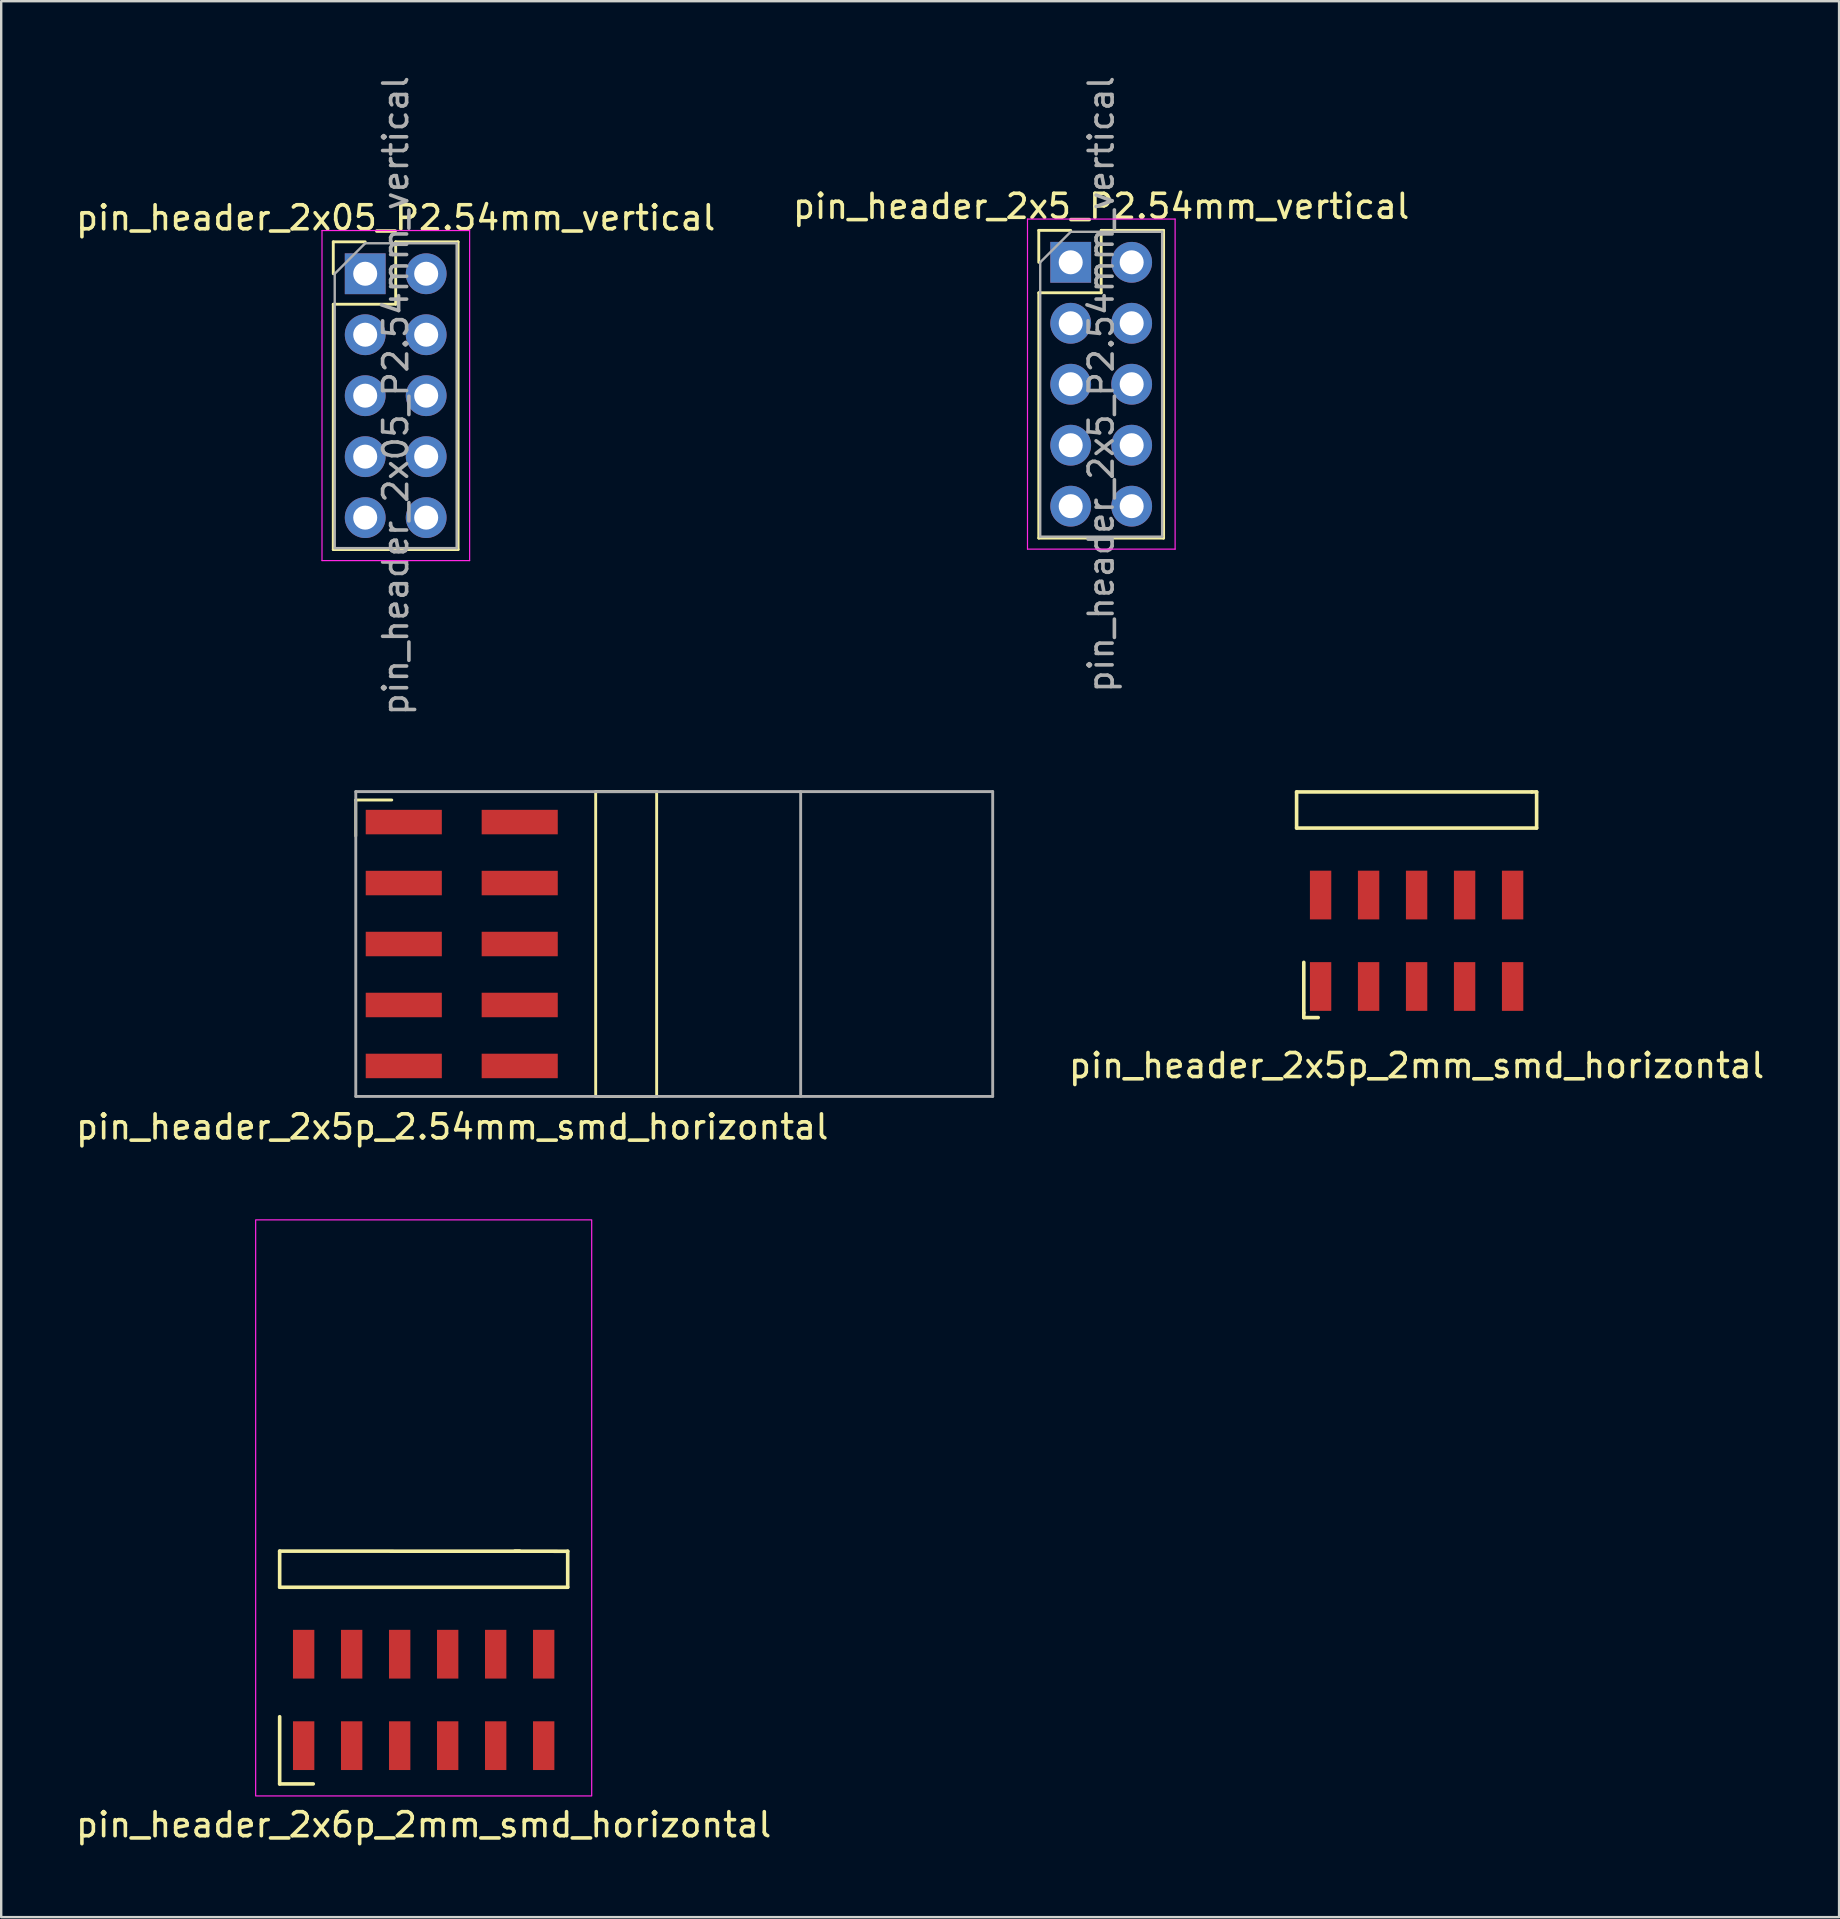
<source format=kicad_pcb>
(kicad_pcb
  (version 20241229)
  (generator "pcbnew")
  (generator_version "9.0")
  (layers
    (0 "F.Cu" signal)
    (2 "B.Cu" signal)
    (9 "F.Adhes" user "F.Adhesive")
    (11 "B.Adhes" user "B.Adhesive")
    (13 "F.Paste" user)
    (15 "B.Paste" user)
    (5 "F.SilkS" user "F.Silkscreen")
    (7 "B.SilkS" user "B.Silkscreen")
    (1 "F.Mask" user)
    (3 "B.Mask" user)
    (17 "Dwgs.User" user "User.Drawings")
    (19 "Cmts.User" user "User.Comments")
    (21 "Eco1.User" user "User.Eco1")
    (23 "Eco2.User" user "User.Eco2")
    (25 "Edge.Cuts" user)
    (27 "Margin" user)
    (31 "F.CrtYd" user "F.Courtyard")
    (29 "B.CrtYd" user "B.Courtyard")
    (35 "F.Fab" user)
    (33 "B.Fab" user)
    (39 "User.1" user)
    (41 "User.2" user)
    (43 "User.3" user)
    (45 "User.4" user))
  (footprint "pin_header_2x05_P2.54mm_vertical"
    (layer "F.Cu")
    (at 12.165 8.355)
    (property "Reference" "pin_header_2x05_P2.54mm_vertical" (at 1.27 -2.33 0) (layer "F.SilkS") (effects (font (size 1 1) (thickness 0.15))))
    (attr through_hole)
    (fp_line (start -1.33 -1.33) (end 0 -1.33) (stroke (width 0.12) (type solid)) (layer "F.SilkS"))
    (fp_line (start -1.33 0) (end -1.33 -1.33) (stroke (width 0.12) (type solid)) (layer "F.SilkS"))
    (fp_line (start -1.33 1.27) (end -1.33 11.49) (stroke (width 0.12) (type solid)) (layer "F.SilkS"))
    (fp_line (start -1.33 1.27) (end 1.27 1.27) (stroke (width 0.12) (type solid)) (layer "F.SilkS"))
    (fp_line (start -1.33 11.49) (end 3.87 11.49) (stroke (width 0.12) (type solid)) (layer "F.SilkS"))
    (fp_line (start 1.27 -1.33) (end 3.87 -1.33) (stroke (width 0.12) (type solid)) (layer "F.SilkS"))
    (fp_line (start 1.27 1.27) (end 1.27 -1.33) (stroke (width 0.12) (type solid)) (layer "F.SilkS"))
    (fp_line (start 3.87 -1.33) (end 3.87 11.49) (stroke (width 0.12) (type solid)) (layer "F.SilkS"))
    (fp_line (start -1.8 -1.8) (end -1.8 11.95) (stroke (width 0.05) (type solid)) (layer "F.CrtYd"))
    (fp_line (start -1.8 11.95) (end 4.35 11.95) (stroke (width 0.05) (type solid)) (layer "F.CrtYd"))
    (fp_line (start 4.35 -1.8) (end -1.8 -1.8) (stroke (width 0.05) (type solid)) (layer "F.CrtYd"))
    (fp_line (start 4.35 11.95) (end 4.35 -1.8) (stroke (width 0.05) (type solid)) (layer "F.CrtYd"))
    (fp_line (start -1.27 0) (end 0 -1.27) (stroke (width 0.1) (type solid)) (layer "F.Fab"))
    (fp_line (start -1.27 11.43) (end -1.27 0) (stroke (width 0.1) (type solid)) (layer "F.Fab"))
    (fp_line (start 0 -1.27) (end 3.81 -1.27) (stroke (width 0.1) (type solid)) (layer "F.Fab"))
    (fp_line (start 3.81 -1.27) (end 3.81 11.43) (stroke (width 0.1) (type solid)) (layer "F.Fab"))
    (fp_line (start 3.81 11.43) (end -1.27 11.43) (stroke (width 0.1) (type solid)) (layer "F.Fab"))
    (fp_text user "${REFERENCE}" (at 1.27 5.08 90) (layer "F.Fab") (effects (font (size 1 1) (thickness 0.15))))
    (pad "1" thru_hole rect (at 0 0) (size 1.7 1.7) (drill 1) (layers "*.Cu" "*.Mask"))
    (pad "2" thru_hole oval (at 0 2.54) (size 1.7 1.7) (drill 1) (layers "*.Cu" "*.Mask"))
    (pad "3" thru_hole oval (at 0 5.08) (size 1.7 1.7) (drill 1) (layers "*.Cu" "*.Mask"))
    (pad "4" thru_hole oval (at 0 7.62) (size 1.7 1.7) (drill 1) (layers "*.Cu" "*.Mask"))
    (pad "5" thru_hole oval (at 0 10.16) (size 1.7 1.7) (drill 1) (layers "*.Cu" "*.Mask"))
    (pad "6" thru_hole oval (at 2.54 10.16) (size 1.7 1.7) (drill 1) (layers "*.Cu" "*.Mask"))
    (pad "7" thru_hole oval (at 2.54 7.62) (size 1.7 1.7) (drill 1) (layers "*.Cu" "*.Mask"))
    (pad "8" thru_hole oval (at 2.54 5.08) (size 1.7 1.7) (drill 1) (layers "*.Cu" "*.Mask"))
    (pad "9" thru_hole oval (at 2.54 2.54) (size 1.7 1.7) (drill 1) (layers "*.Cu" "*.Mask"))
    (pad "10" thru_hole oval (at 2.54 0) (size 1.7 1.7) (drill 1) (layers "*.Cu" "*.Mask")))
  (footprint "pin_header_2x5p_2.54mm_smd_horizontal"
    (layer "F.Cu")
    (at 15.772 36.279)
    (property "Reference" "pin_header_2x5p_2.54mm_smd_horizontal" (at 0.02 7.62 0) (layer "F.SilkS") (effects (font (size 1 1) (thickness 0.15))))
    (attr through_hole)
    (fp_line (start -4 -6) (end -2.5 -6) (stroke (width 0.12) (type solid)) (layer "F.SilkS"))
    (fp_line (start -4 -4.5) (end -4 -6) (stroke (width 0.12) (type solid)) (layer "F.SilkS"))
    (fp_line (start 5.995 -6.35) (end 5.995 6.35) (stroke (width 0.12) (type solid)) (layer "F.SilkS"))
    (fp_line (start 5.995 -6.35) (end 8.535 -6.35) (stroke (width 0.12) (type solid)) (layer "F.SilkS"))
    (fp_line (start 8.535 -6.35) (end 8.535 6.35) (stroke (width 0.12) (type solid)) (layer "F.SilkS"))
    (fp_line (start 8.535 6.35) (end 5.995 6.35) (stroke (width 0.12) (type solid)) (layer "F.SilkS"))
    (fp_line (start -4 -6.35) (end 22.535 -6.35) (stroke (width 0.12) (type solid)) (layer "F.Fab"))
    (fp_line (start -4 6.35) (end -4 -6.35) (stroke (width 0.12) (type solid)) (layer "F.Fab"))
    (fp_line (start 14.535 -6.35) (end 14.535 6.35) (stroke (width 0.12) (type solid)) (layer "F.Fab"))
    (fp_line (start 22.535 -6.35) (end 22.535 6.35) (stroke (width 0.12) (type solid)) (layer "F.Fab"))
    (fp_line (start 22.535 6.35) (end -4 6.35) (stroke (width 0.12) (type solid)) (layer "F.Fab"))
    (pad "1" smd rect (at -2 -5.08) (size 3.17 1.02) (layers "F.Cu" "F.Mask" "F.Paste"))
    (pad "2" smd rect (at -2 -2.54) (size 3.17 1.02) (layers "F.Cu" "F.Mask" "F.Paste"))
    (pad "3" smd rect (at -2 0) (size 3.17 1.02) (layers "F.Cu" "F.Mask" "F.Paste"))
    (pad "4" smd rect (at -2 2.54) (size 3.17 1.02) (layers "F.Cu" "F.Mask" "F.Paste"))
    (pad "5" smd rect (at -2 5.08) (size 3.17 1.02) (layers "F.Cu" "F.Mask" "F.Paste"))
    (pad "6" smd rect (at 2.83 5.08) (size 3.17 1.02) (layers "F.Cu" "F.Mask" "F.Paste"))
    (pad "7" smd rect (at 2.83 2.54) (size 3.17 1.02) (layers "F.Cu" "F.Mask" "F.Paste"))
    (pad "8" smd rect (at 2.83 0) (size 3.17 1.02) (layers "F.Cu" "F.Mask" "F.Paste"))
    (pad "9" smd rect (at 2.83 -2.54) (size 3.17 1.02) (layers "F.Cu" "F.Mask" "F.Paste"))
    (pad "10" smd rect (at 2.83 -5.08) (size 3.17 1.02) (layers "F.Cu" "F.Mask" "F.Paste")))
  (footprint "pin_header_2x5p_2mm_smd_horizontal"
    (layer "F.Cu")
    (at 55.968 36.144)
    (property "Reference" "pin_header_2x5p_2mm_smd_horizontal" (at 0 5.2 0) (layer "F.SilkS") (effects (font (size 1 1) (thickness 0.15))))
    (attr through_hole)
    (fp_line (start -5 -6.2) (end -5 -4.7) (stroke (width 0.15) (type solid)) (layer "F.SilkS"))
    (fp_line (start -4.7 3) (end -4.7 0.9) (stroke (width 0.15) (type solid)) (layer "F.SilkS"))
    (fp_line (start -4.7 3.2) (end -4.7 3) (stroke (width 0.15) (type solid)) (layer "F.SilkS"))
    (fp_line (start -4.1 3.2) (end -4.7 3.2) (stroke (width 0.15) (type solid)) (layer "F.SilkS"))
    (fp_line (start 4.8 -6.2) (end -5 -6.2) (stroke (width 0.15) (type solid)) (layer "F.SilkS"))
    (fp_line (start 5 -6.2) (end 4.8 -6.2) (stroke (width 0.15) (type solid)) (layer "F.SilkS"))
    (fp_line (start 5 -4.7) (end 5 -6.2) (stroke (width 0.15) (type solid)) (layer "F.SilkS"))
    (fp_line (start 5 -4.695) (end -5 -4.695) (stroke (width 0.15) (type solid)) (layer "F.SilkS"))
    (pad "1" smd rect (at -4 1.905) (size 0.89 2.03) (layers "F.Cu" "F.Mask" "F.Paste"))
    (pad "2" smd rect (at -4 -1.905) (size 0.89 2.03) (layers "F.Cu" "F.Mask" "F.Paste"))
    (pad "3" smd rect (at -2 1.905) (size 0.89 2.03) (layers "F.Cu" "F.Mask" "F.Paste"))
    (pad "4" smd rect (at -2 -1.905) (size 0.89 2.03) (layers "F.Cu" "F.Mask" "F.Paste"))
    (pad "5" smd rect (at 0 1.905) (size 0.89 2.03) (layers "F.Cu" "F.Mask" "F.Paste"))
    (pad "6" smd rect (at 0 -1.905) (size 0.89 2.03) (layers "F.Cu" "F.Mask" "F.Paste"))
    (pad "7" smd rect (at 2 1.905) (size 0.89 2.03) (layers "F.Cu" "F.Mask" "F.Paste"))
    (pad "8" smd rect (at 2 -1.905) (size 0.89 2.03) (layers "F.Cu" "F.Mask" "F.Paste"))
    (pad "9" smd rect (at 4 1.905) (size 0.89 2.03) (layers "F.Cu" "F.Mask" "F.Paste"))
    (pad "10" smd rect (at 4 -1.905) (size 0.89 2.03) (layers "F.Cu" "F.Mask" "F.Paste")))
  (footprint "pin_header_2x6p_2mm_smd_horizontal"
    (layer "F.Cu")
    (at 14.601 67.772)
    (property "Reference" "pin_header_2x6p_2mm_smd_horizontal" (at 0 5.2 0) (layer "F.SilkS") (effects (font (size 1 1) (thickness 0.15))))
    (attr smd)
    (fp_line (start -6 -6.2) (end -6 -4.7) (stroke (width 0.15) (type solid)) (layer "F.SilkS"))
    (fp_line (start -6 3.5) (end -6 0.7) (stroke (width 0.15) (type solid)) (layer "F.SilkS"))
    (fp_line (start -4.6 3.5) (end -6 3.5) (stroke (width 0.15) (type solid)) (layer "F.SilkS"))
    (fp_line (start 4 -6.2) (end 3.8 -6.2) (stroke (width 0.15) (type solid)) (layer "F.SilkS"))
    (fp_line (start 6 -6.195) (end -6 -6.2) (stroke (width 0.15) (type solid)) (layer "F.SilkS"))
    (fp_line (start 6 -4.695) (end -6 -4.695) (stroke (width 0.15) (type solid)) (layer "F.SilkS"))
    (fp_line (start 6 -4.695) (end 6 -6.195) (stroke (width 0.15) (type solid)) (layer "F.SilkS"))
    (fp_rect (start -7 -20) (end 7 4) (stroke (width 0.05) (type default)) (fill no) (layer "F.CrtYd"))
    (pad "1" smd rect (at -5 1.905) (size 0.89 2.03) (layers "F.Cu" "F.Mask" "F.Paste"))
    (pad "2" smd rect (at -5 -1.905) (size 0.89 2.03) (layers "F.Cu" "F.Mask" "F.Paste"))
    (pad "3" smd rect (at -3 1.905) (size 0.89 2.03) (layers "F.Cu" "F.Mask" "F.Paste"))
    (pad "4" smd rect (at -3 -1.905) (size 0.89 2.03) (layers "F.Cu" "F.Mask" "F.Paste"))
    (pad "5" smd rect (at -1 1.905) (size 0.89 2.03) (layers "F.Cu" "F.Mask" "F.Paste"))
    (pad "6" smd rect (at -1 -1.905) (size 0.89 2.03) (layers "F.Cu" "F.Mask" "F.Paste"))
    (pad "7" smd rect (at 1 1.905) (size 0.89 2.03) (layers "F.Cu" "F.Mask" "F.Paste"))
    (pad "8" smd rect (at 1 -1.905) (size 0.89 2.03) (layers "F.Cu" "F.Mask" "F.Paste"))
    (pad "9" smd rect (at 3 1.905) (size 0.89 2.03) (layers "F.Cu" "F.Mask" "F.Paste"))
    (pad "10" smd rect (at 3 -1.905) (size 0.89 2.03) (layers "F.Cu" "F.Mask" "F.Paste"))
    (pad "11" smd rect (at 5 1.905) (size 0.89 2.03) (layers "F.Cu" "F.Mask" "F.Paste"))
    (pad "12" smd rect (at 5 -1.905) (size 0.89 2.03) (layers "F.Cu" "F.Mask" "F.Paste")))
  (footprint "pin_header_2x5_P2.54mm_vertical"
    (layer "F.Cu")
    (at 41.557 7.878)
    (property "Reference" "pin_header_2x5_P2.54mm_vertical" (at 1.27 -2.33 0) (layer "F.SilkS") (effects (font (size 1 1) (thickness 0.15))))
    (attr through_hole)
    (fp_line (start -1.33 -1.33) (end 0 -1.33) (stroke (width 0.12) (type solid)) (layer "F.SilkS"))
    (fp_line (start -1.33 0) (end -1.33 -1.33) (stroke (width 0.12) (type solid)) (layer "F.SilkS"))
    (fp_line (start -1.33 1.27) (end -1.33 11.49) (stroke (width 0.12) (type solid)) (layer "F.SilkS"))
    (fp_line (start -1.33 1.27) (end 1.27 1.27) (stroke (width 0.12) (type solid)) (layer "F.SilkS"))
    (fp_line (start -1.33 11.49) (end 3.87 11.49) (stroke (width 0.12) (type solid)) (layer "F.SilkS"))
    (fp_line (start 1.27 -1.33) (end 3.87 -1.33) (stroke (width 0.12) (type solid)) (layer "F.SilkS"))
    (fp_line (start 1.27 1.27) (end 1.27 -1.33) (stroke (width 0.12) (type solid)) (layer "F.SilkS"))
    (fp_line (start 3.87 -1.33) (end 3.87 11.49) (stroke (width 0.12) (type solid)) (layer "F.SilkS"))
    (fp_line (start -1.8 -1.8) (end -1.8 11.95) (stroke (width 0.05) (type solid)) (layer "F.CrtYd"))
    (fp_line (start -1.8 11.95) (end 4.35 11.95) (stroke (width 0.05) (type solid)) (layer "F.CrtYd"))
    (fp_line (start 4.35 -1.8) (end -1.8 -1.8) (stroke (width 0.05) (type solid)) (layer "F.CrtYd"))
    (fp_line (start 4.35 11.95) (end 4.35 -1.8) (stroke (width 0.05) (type solid)) (layer "F.CrtYd"))
    (fp_line (start -1.27 0) (end 0 -1.27) (stroke (width 0.1) (type solid)) (layer "F.Fab"))
    (fp_line (start -1.27 11.43) (end -1.27 0) (stroke (width 0.1) (type solid)) (layer "F.Fab"))
    (fp_line (start 0 -1.27) (end 3.81 -1.27) (stroke (width 0.1) (type solid)) (layer "F.Fab"))
    (fp_line (start 3.81 -1.27) (end 3.81 11.43) (stroke (width 0.1) (type solid)) (layer "F.Fab"))
    (fp_line (start 3.81 11.43) (end -1.27 11.43) (stroke (width 0.1) (type solid)) (layer "F.Fab"))
    (fp_text user "${REFERENCE}" (at 1.27 5.08 90) (layer "F.Fab") (effects (font (size 1 1) (thickness 0.15))))
    (pad "1" thru_hole rect (at 0 0) (size 1.7 1.7) (drill 1) (layers "*.Cu" "*.Mask"))
    (pad "2" thru_hole oval (at 0 2.54) (size 1.7 1.7) (drill 1) (layers "*.Cu" "*.Mask"))
    (pad "3" thru_hole oval (at 0 5.08) (size 1.7 1.7) (drill 1) (layers "*.Cu" "*.Mask"))
    (pad "4" thru_hole oval (at 0 7.62) (size 1.7 1.7) (drill 1) (layers "*.Cu" "*.Mask"))
    (pad "5" thru_hole oval (at 0 10.16) (size 1.7 1.7) (drill 1) (layers "*.Cu" "*.Mask"))
    (pad "6" thru_hole oval (at 2.54 10.16) (size 1.7 1.7) (drill 1) (layers "*.Cu" "*.Mask"))
    (pad "7" thru_hole oval (at 2.54 7.62) (size 1.7 1.7) (drill 1) (layers "*.Cu" "*.Mask"))
    (pad "8" thru_hole oval (at 2.54 5.08) (size 1.7 1.7) (drill 1) (layers "*.Cu" "*.Mask"))
    (pad "9" thru_hole oval (at 2.54 2.54) (size 1.7 1.7) (drill 1) (layers "*.Cu" "*.Mask"))
    (pad "10" thru_hole oval (at 2.54 0) (size 1.7 1.7) (drill 1) (layers "*.Cu" "*.Mask")))
  (gr_rect
    (start -3 -3)
    (end 73.569 76.821)
    (stroke (width 0.1) (type default))
    (fill no)
    (layer "Edge.Cuts")))
</source>
